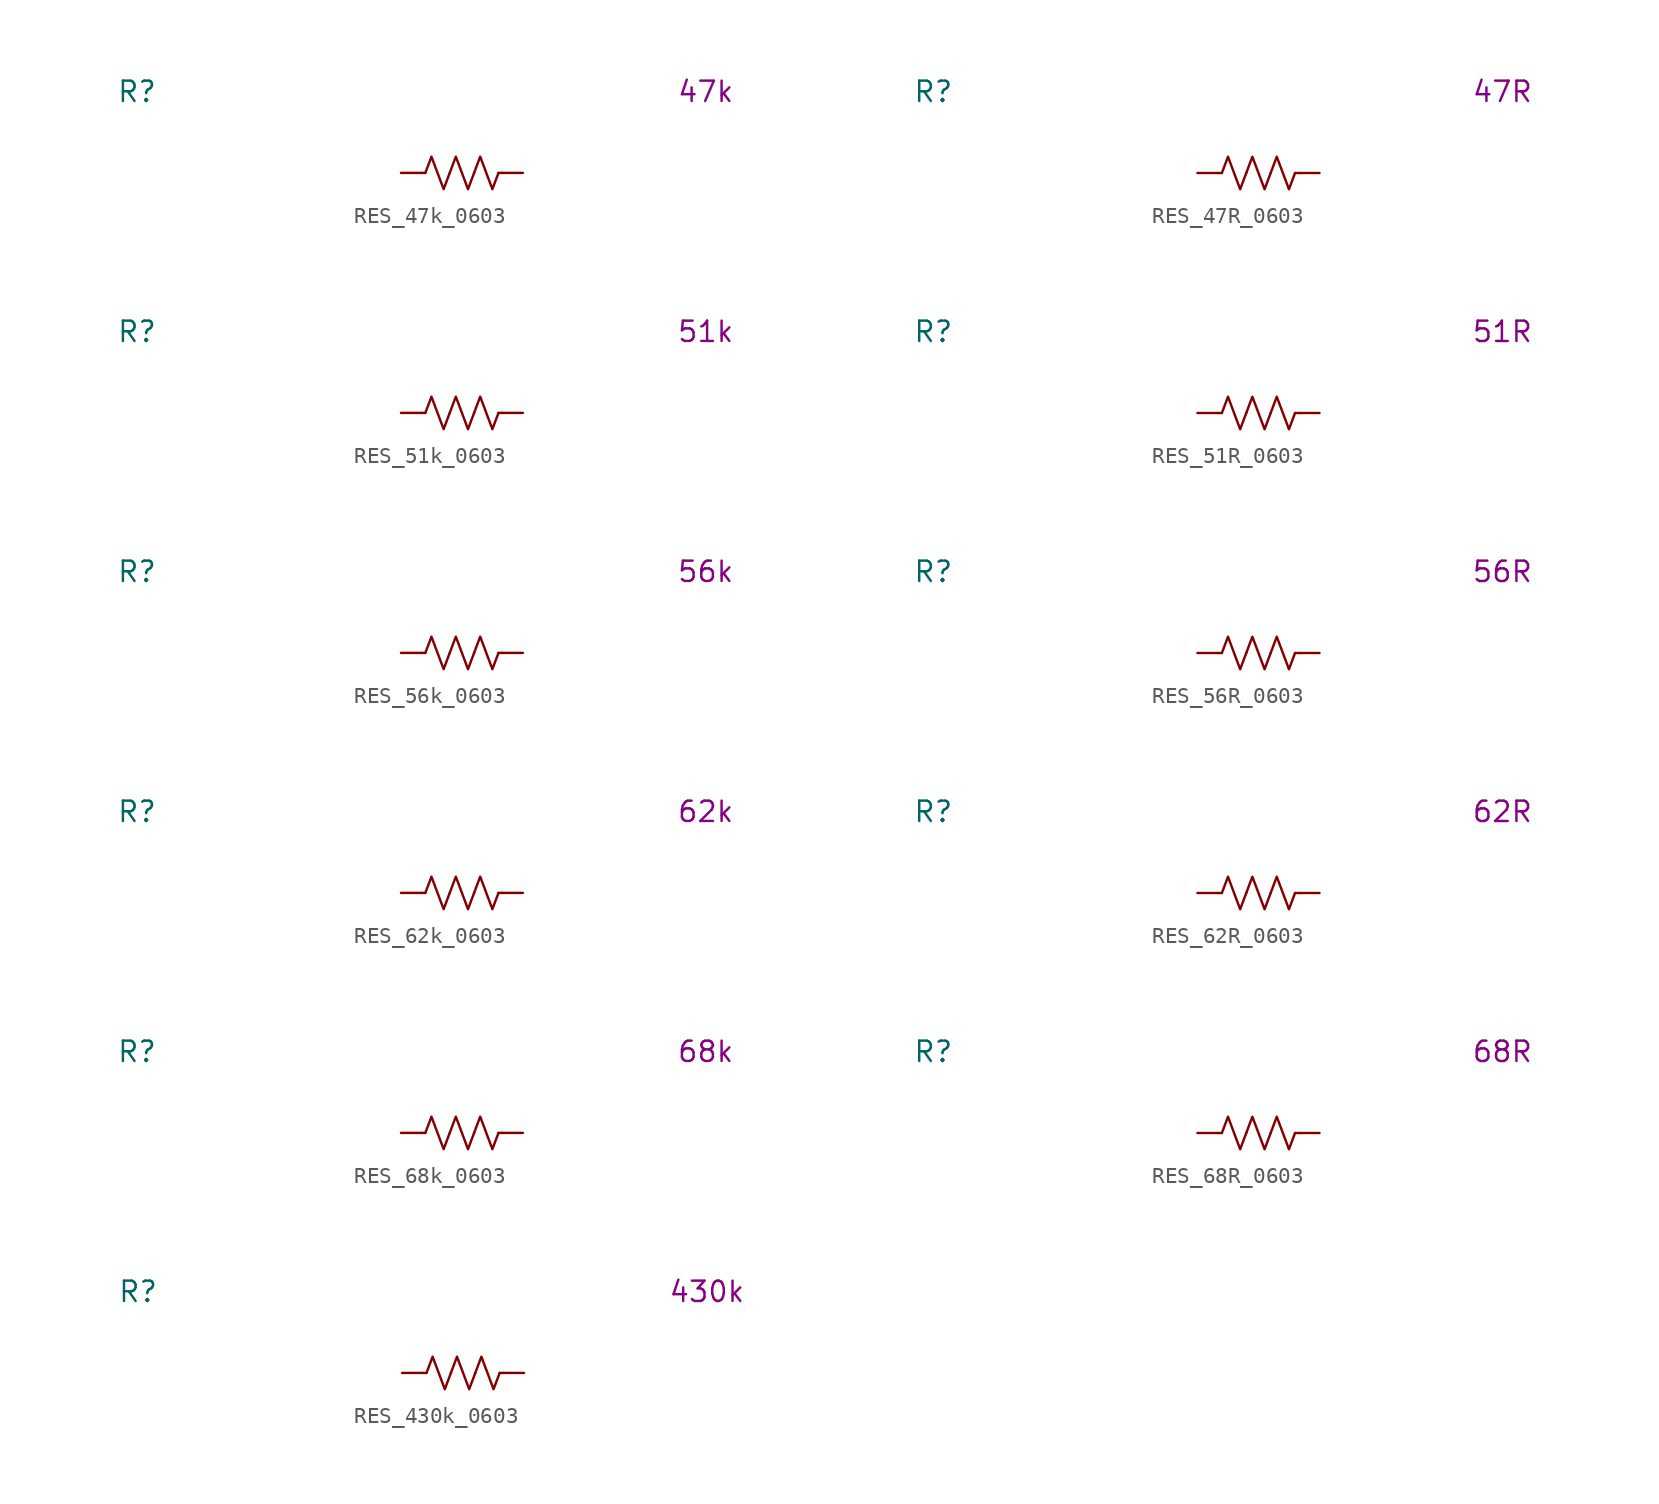
<source format=kicad_sym>
(kicad_symbol_lib
  (version 20231120)
  (generator "kicad_symbol_editor")
  (generator_version "8.0")
  (symbol "RES_47k_0603"
    (pin_numbers hide)
    (property "Reference" "R"
      (at -20.32 5.08 0)
      (effects (font (size 1.27 1.27))))
    (property "Display Value" "47k"
      (at 15.24 5.08 0)
      (effects (font (size 1.27 1.27))))
    (symbol "RES_47k_0603_0_1"
      (polyline (pts (xy -2.286 0) (xy -2.54 0)) (stroke (width 0) (type default)) (fill (type none)))
      (polyline (pts (xy 2.286 0) (xy 2.54 0)) (stroke (width 0) (type default)) (fill (type none)))
      (polyline (pts (xy -2.286 0) (xy -1.905 1.016) (xy -1.524 0) (xy -1.143 -1.016) (xy -0.762 0)) (stroke (width 0) (type default)) (fill (type none)))
      (polyline (pts (xy -0.762 0) (xy -0.381 1.016) (xy 0 0) (xy 0.381 -1.016) (xy 0.762 0)) (stroke (width 0) (type default)) (fill (type none)))
      (polyline (pts (xy 0.762 0) (xy 1.143 1.016) (xy 1.524 0) (xy 1.905 -1.016) (xy 2.286 0)) (stroke (width 0) (type default)) (fill (type none))))
    (symbol "RES_47k_0603_1_1"
      (pin passive line (at -3.81 0 0) (length 1.27) (name "~" (effects (font (size 1.27 1.27)))) (number "1" (effects (font (size 1.27 1.27)))))
      (pin passive line (at 3.81 0 180) (length 1.27) (name "~" (effects (font (size 1.27 1.27)))) (number "2" (effects (font (size 1.27 1.27)))))))
  (symbol "RES_47R_0603"
    (pin_numbers hide)
    (property "Reference" "R"
      (at -20.32 5.08 0)
      (effects (font (size 1.27 1.27))))
    (property "Display Value" "47R"
      (at 15.24 5.08 0)
      (effects (font (size 1.27 1.27))))
    (symbol "RES_47R_0603_0_1"
      (polyline (pts (xy -2.286 0) (xy -2.54 0)) (stroke (width 0) (type default)) (fill (type none)))
      (polyline (pts (xy 2.286 0) (xy 2.54 0)) (stroke (width 0) (type default)) (fill (type none)))
      (polyline (pts (xy -2.286 0) (xy -1.905 1.016) (xy -1.524 0) (xy -1.143 -1.016) (xy -0.762 0)) (stroke (width 0) (type default)) (fill (type none)))
      (polyline (pts (xy -0.762 0) (xy -0.381 1.016) (xy 0 0) (xy 0.381 -1.016) (xy 0.762 0)) (stroke (width 0) (type default)) (fill (type none)))
      (polyline (pts (xy 0.762 0) (xy 1.143 1.016) (xy 1.524 0) (xy 1.905 -1.016) (xy 2.286 0)) (stroke (width 0) (type default)) (fill (type none))))
    (symbol "RES_47R_0603_1_1"
      (pin passive line (at -3.81 0 0) (length 1.27) (name "~" (effects (font (size 1.27 1.27)))) (number "1" (effects (font (size 1.27 1.27)))))
      (pin passive line (at 3.81 0 180) (length 1.27) (name "~" (effects (font (size 1.27 1.27)))) (number "2" (effects (font (size 1.27 1.27)))))))
  (symbol "RES_51k_0603"
    (pin_numbers hide)
    (property "Reference" "R"
      (at -20.32 5.08 0)
      (effects (font (size 1.27 1.27))))
    (property "Display Value" "51k"
      (at 15.24 5.08 0)
      (effects (font (size 1.27 1.27))))
    (symbol "RES_51k_0603_0_1"
      (polyline (pts (xy -2.286 0) (xy -2.54 0)) (stroke (width 0) (type default)) (fill (type none)))
      (polyline (pts (xy 2.286 0) (xy 2.54 0)) (stroke (width 0) (type default)) (fill (type none)))
      (polyline (pts (xy -2.286 0) (xy -1.905 1.016) (xy -1.524 0) (xy -1.143 -1.016) (xy -0.762 0)) (stroke (width 0) (type default)) (fill (type none)))
      (polyline (pts (xy -0.762 0) (xy -0.381 1.016) (xy 0 0) (xy 0.381 -1.016) (xy 0.762 0)) (stroke (width 0) (type default)) (fill (type none)))
      (polyline (pts (xy 0.762 0) (xy 1.143 1.016) (xy 1.524 0) (xy 1.905 -1.016) (xy 2.286 0)) (stroke (width 0) (type default)) (fill (type none))))
    (symbol "RES_51k_0603_1_1"
      (pin passive line (at -3.81 0 0) (length 1.27) (name "~" (effects (font (size 1.27 1.27)))) (number "1" (effects (font (size 1.27 1.27)))))
      (pin passive line (at 3.81 0 180) (length 1.27) (name "~" (effects (font (size 1.27 1.27)))) (number "2" (effects (font (size 1.27 1.27)))))))
  (symbol "RES_51R_0603"
    (pin_numbers hide)
    (property "Reference" "R"
      (at -20.32 5.08 0)
      (effects (font (size 1.27 1.27))))
    (property "Display Value" "51R"
      (at 15.24 5.08 0)
      (effects (font (size 1.27 1.27))))
    (symbol "RES_51R_0603_0_1"
      (polyline (pts (xy -2.286 0) (xy -2.54 0)) (stroke (width 0) (type default)) (fill (type none)))
      (polyline (pts (xy 2.286 0) (xy 2.54 0)) (stroke (width 0) (type default)) (fill (type none)))
      (polyline (pts (xy -2.286 0) (xy -1.905 1.016) (xy -1.524 0) (xy -1.143 -1.016) (xy -0.762 0)) (stroke (width 0) (type default)) (fill (type none)))
      (polyline (pts (xy -0.762 0) (xy -0.381 1.016) (xy 0 0) (xy 0.381 -1.016) (xy 0.762 0)) (stroke (width 0) (type default)) (fill (type none)))
      (polyline (pts (xy 0.762 0) (xy 1.143 1.016) (xy 1.524 0) (xy 1.905 -1.016) (xy 2.286 0)) (stroke (width 0) (type default)) (fill (type none))))
    (symbol "RES_51R_0603_1_1"
      (pin passive line (at -3.81 0 0) (length 1.27) (name "~" (effects (font (size 1.27 1.27)))) (number "1" (effects (font (size 1.27 1.27)))))
      (pin passive line (at 3.81 0 180) (length 1.27) (name "~" (effects (font (size 1.27 1.27)))) (number "2" (effects (font (size 1.27 1.27)))))))
  (symbol "RES_56k_0603"
    (pin_numbers hide)
    (property "Reference" "R"
      (at -20.32 5.08 0)
      (effects (font (size 1.27 1.27))))
    (property "Display Value" "56k"
      (at 15.24 5.08 0)
      (effects (font (size 1.27 1.27))))
    (symbol "RES_56k_0603_0_1"
      (polyline (pts (xy -2.286 0) (xy -2.54 0)) (stroke (width 0) (type default)) (fill (type none)))
      (polyline (pts (xy 2.286 0) (xy 2.54 0)) (stroke (width 0) (type default)) (fill (type none)))
      (polyline (pts (xy -2.286 0) (xy -1.905 1.016) (xy -1.524 0) (xy -1.143 -1.016) (xy -0.762 0)) (stroke (width 0) (type default)) (fill (type none)))
      (polyline (pts (xy -0.762 0) (xy -0.381 1.016) (xy 0 0) (xy 0.381 -1.016) (xy 0.762 0)) (stroke (width 0) (type default)) (fill (type none)))
      (polyline (pts (xy 0.762 0) (xy 1.143 1.016) (xy 1.524 0) (xy 1.905 -1.016) (xy 2.286 0)) (stroke (width 0) (type default)) (fill (type none))))
    (symbol "RES_56k_0603_1_1"
      (pin passive line (at -3.81 0 0) (length 1.27) (name "~" (effects (font (size 1.27 1.27)))) (number "1" (effects (font (size 1.27 1.27)))))
      (pin passive line (at 3.81 0 180) (length 1.27) (name "~" (effects (font (size 1.27 1.27)))) (number "2" (effects (font (size 1.27 1.27)))))))
  (symbol "RES_56R_0603"
    (pin_numbers hide)
    (property "Reference" "R"
      (at -20.32 5.08 0)
      (effects (font (size 1.27 1.27))))
    (property "Display Value" "56R"
      (at 15.24 5.08 0)
      (effects (font (size 1.27 1.27))))
    (symbol "RES_56R_0603_0_1"
      (polyline (pts (xy -2.286 0) (xy -2.54 0)) (stroke (width 0) (type default)) (fill (type none)))
      (polyline (pts (xy 2.286 0) (xy 2.54 0)) (stroke (width 0) (type default)) (fill (type none)))
      (polyline (pts (xy -2.286 0) (xy -1.905 1.016) (xy -1.524 0) (xy -1.143 -1.016) (xy -0.762 0)) (stroke (width 0) (type default)) (fill (type none)))
      (polyline (pts (xy -0.762 0) (xy -0.381 1.016) (xy 0 0) (xy 0.381 -1.016) (xy 0.762 0)) (stroke (width 0) (type default)) (fill (type none)))
      (polyline (pts (xy 0.762 0) (xy 1.143 1.016) (xy 1.524 0) (xy 1.905 -1.016) (xy 2.286 0)) (stroke (width 0) (type default)) (fill (type none))))
    (symbol "RES_56R_0603_1_1"
      (pin passive line (at -3.81 0 0) (length 1.27) (name "~" (effects (font (size 1.27 1.27)))) (number "1" (effects (font (size 1.27 1.27)))))
      (pin passive line (at 3.81 0 180) (length 1.27) (name "~" (effects (font (size 1.27 1.27)))) (number "2" (effects (font (size 1.27 1.27)))))))
  (symbol "RES_62k_0603"
    (pin_numbers hide)
    (property "Reference" "R"
      (at -20.32 5.08 0)
      (effects (font (size 1.27 1.27))))
    (property "Display Value" "62k"
      (at 15.24 5.08 0)
      (effects (font (size 1.27 1.27))))
    (symbol "RES_62k_0603_0_1"
      (polyline (pts (xy -2.286 0) (xy -2.54 0)) (stroke (width 0) (type default)) (fill (type none)))
      (polyline (pts (xy 2.286 0) (xy 2.54 0)) (stroke (width 0) (type default)) (fill (type none)))
      (polyline (pts (xy -2.286 0) (xy -1.905 1.016) (xy -1.524 0) (xy -1.143 -1.016) (xy -0.762 0)) (stroke (width 0) (type default)) (fill (type none)))
      (polyline (pts (xy -0.762 0) (xy -0.381 1.016) (xy 0 0) (xy 0.381 -1.016) (xy 0.762 0)) (stroke (width 0) (type default)) (fill (type none)))
      (polyline (pts (xy 0.762 0) (xy 1.143 1.016) (xy 1.524 0) (xy 1.905 -1.016) (xy 2.286 0)) (stroke (width 0) (type default)) (fill (type none))))
    (symbol "RES_62k_0603_1_1"
      (pin passive line (at -3.81 0 0) (length 1.27) (name "~" (effects (font (size 1.27 1.27)))) (number "1" (effects (font (size 1.27 1.27)))))
      (pin passive line (at 3.81 0 180) (length 1.27) (name "~" (effects (font (size 1.27 1.27)))) (number "2" (effects (font (size 1.27 1.27)))))))
  (symbol "RES_62R_0603"
    (pin_numbers hide)
    (property "Reference" "R"
      (at -20.32 5.08 0)
      (effects (font (size 1.27 1.27))))
    (property "Display Value" "62R"
      (at 15.24 5.08 0)
      (effects (font (size 1.27 1.27))))
    (symbol "RES_62R_0603_0_1"
      (polyline (pts (xy -2.286 0) (xy -2.54 0)) (stroke (width 0) (type default)) (fill (type none)))
      (polyline (pts (xy 2.286 0) (xy 2.54 0)) (stroke (width 0) (type default)) (fill (type none)))
      (polyline (pts (xy -2.286 0) (xy -1.905 1.016) (xy -1.524 0) (xy -1.143 -1.016) (xy -0.762 0)) (stroke (width 0) (type default)) (fill (type none)))
      (polyline (pts (xy -0.762 0) (xy -0.381 1.016) (xy 0 0) (xy 0.381 -1.016) (xy 0.762 0)) (stroke (width 0) (type default)) (fill (type none)))
      (polyline (pts (xy 0.762 0) (xy 1.143 1.016) (xy 1.524 0) (xy 1.905 -1.016) (xy 2.286 0)) (stroke (width 0) (type default)) (fill (type none))))
    (symbol "RES_62R_0603_1_1"
      (pin passive line (at -3.81 0 0) (length 1.27) (name "~" (effects (font (size 1.27 1.27)))) (number "1" (effects (font (size 1.27 1.27)))))
      (pin passive line (at 3.81 0 180) (length 1.27) (name "~" (effects (font (size 1.27 1.27)))) (number "2" (effects (font (size 1.27 1.27)))))))
  (symbol "RES_68k_0603"
    (pin_numbers hide)
    (property "Reference" "R"
      (at -20.32 5.08 0)
      (effects (font (size 1.27 1.27))))
    (property "Display Value" "68k"
      (at 15.24 5.08 0)
      (effects (font (size 1.27 1.27))))
    (symbol "RES_68k_0603_0_1"
      (polyline (pts (xy -2.286 0) (xy -2.54 0)) (stroke (width 0) (type default)) (fill (type none)))
      (polyline (pts (xy 2.286 0) (xy 2.54 0)) (stroke (width 0) (type default)) (fill (type none)))
      (polyline (pts (xy -2.286 0) (xy -1.905 1.016) (xy -1.524 0) (xy -1.143 -1.016) (xy -0.762 0)) (stroke (width 0) (type default)) (fill (type none)))
      (polyline (pts (xy -0.762 0) (xy -0.381 1.016) (xy 0 0) (xy 0.381 -1.016) (xy 0.762 0)) (stroke (width 0) (type default)) (fill (type none)))
      (polyline (pts (xy 0.762 0) (xy 1.143 1.016) (xy 1.524 0) (xy 1.905 -1.016) (xy 2.286 0)) (stroke (width 0) (type default)) (fill (type none))))
    (symbol "RES_68k_0603_1_1"
      (pin passive line (at -3.81 0 0) (length 1.27) (name "~" (effects (font (size 1.27 1.27)))) (number "1" (effects (font (size 1.27 1.27)))))
      (pin passive line (at 3.81 0 180) (length 1.27) (name "~" (effects (font (size 1.27 1.27)))) (number "2" (effects (font (size 1.27 1.27)))))))
  (symbol "RES_68R_0603"
    (pin_numbers hide)
    (property "Reference" "R"
      (at -20.32 5.08 0)
      (effects (font (size 1.27 1.27))))
    (property "Display Value" "68R"
      (at 15.24 5.08 0)
      (effects (font (size 1.27 1.27))))
    (symbol "RES_68R_0603_0_1"
      (polyline (pts (xy -2.286 0) (xy -2.54 0)) (stroke (width 0) (type default)) (fill (type none)))
      (polyline (pts (xy 2.286 0) (xy 2.54 0)) (stroke (width 0) (type default)) (fill (type none)))
      (polyline (pts (xy -2.286 0) (xy -1.905 1.016) (xy -1.524 0) (xy -1.143 -1.016) (xy -0.762 0)) (stroke (width 0) (type default)) (fill (type none)))
      (polyline (pts (xy -0.762 0) (xy -0.381 1.016) (xy 0 0) (xy 0.381 -1.016) (xy 0.762 0)) (stroke (width 0) (type default)) (fill (type none)))
      (polyline (pts (xy 0.762 0) (xy 1.143 1.016) (xy 1.524 0) (xy 1.905 -1.016) (xy 2.286 0)) (stroke (width 0) (type default)) (fill (type none))))
    (symbol "RES_68R_0603_1_1"
      (pin passive line (at -3.81 0 0) (length 1.27) (name "~" (effects (font (size 1.27 1.27)))) (number "1" (effects (font (size 1.27 1.27)))))
      (pin passive line (at 3.81 0 180) (length 1.27) (name "~" (effects (font (size 1.27 1.27)))) (number "2" (effects (font (size 1.27 1.27)))))))
  (symbol "RES_430k_0603"
    (pin_numbers hide)
    (property "Reference" "R"
      (at -20.32 5.08 0)
      (effects (font (size 1.27 1.27))))
    (property "Display Value" "430k"
      (at 15.24 5.08 0)
      (effects (font (size 1.27 1.27))))
    (symbol "RES_430k_0603_0_1"
      (polyline (pts (xy -2.286 0) (xy -2.54 0)) (stroke (width 0) (type default)) (fill (type none)))
      (polyline (pts (xy 2.286 0) (xy 2.54 0)) (stroke (width 0) (type default)) (fill (type none)))
      (polyline (pts (xy -2.286 0) (xy -1.905 1.016) (xy -1.524 0) (xy -1.143 -1.016) (xy -0.762 0)) (stroke (width 0) (type default)) (fill (type none)))
      (polyline (pts (xy -0.762 0) (xy -0.381 1.016) (xy 0 0) (xy 0.381 -1.016) (xy 0.762 0)) (stroke (width 0) (type default)) (fill (type none)))
      (polyline (pts (xy 0.762 0) (xy 1.143 1.016) (xy 1.524 0) (xy 1.905 -1.016) (xy 2.286 0)) (stroke (width 0) (type default)) (fill (type none))))
    (symbol "RES_430k_0603_1_1"
      (pin passive line (at -3.81 0 0) (length 1.27) (name "~" (effects (font (size 1.27 1.27)))) (number "1" (effects (font (size 1.27 1.27)))))
      (pin passive line (at 3.81 0 180) (length 1.27) (name "~" (effects (font (size 1.27 1.27)))) (number "2" (effects (font (size 1.27 1.27))))))))
</source>
